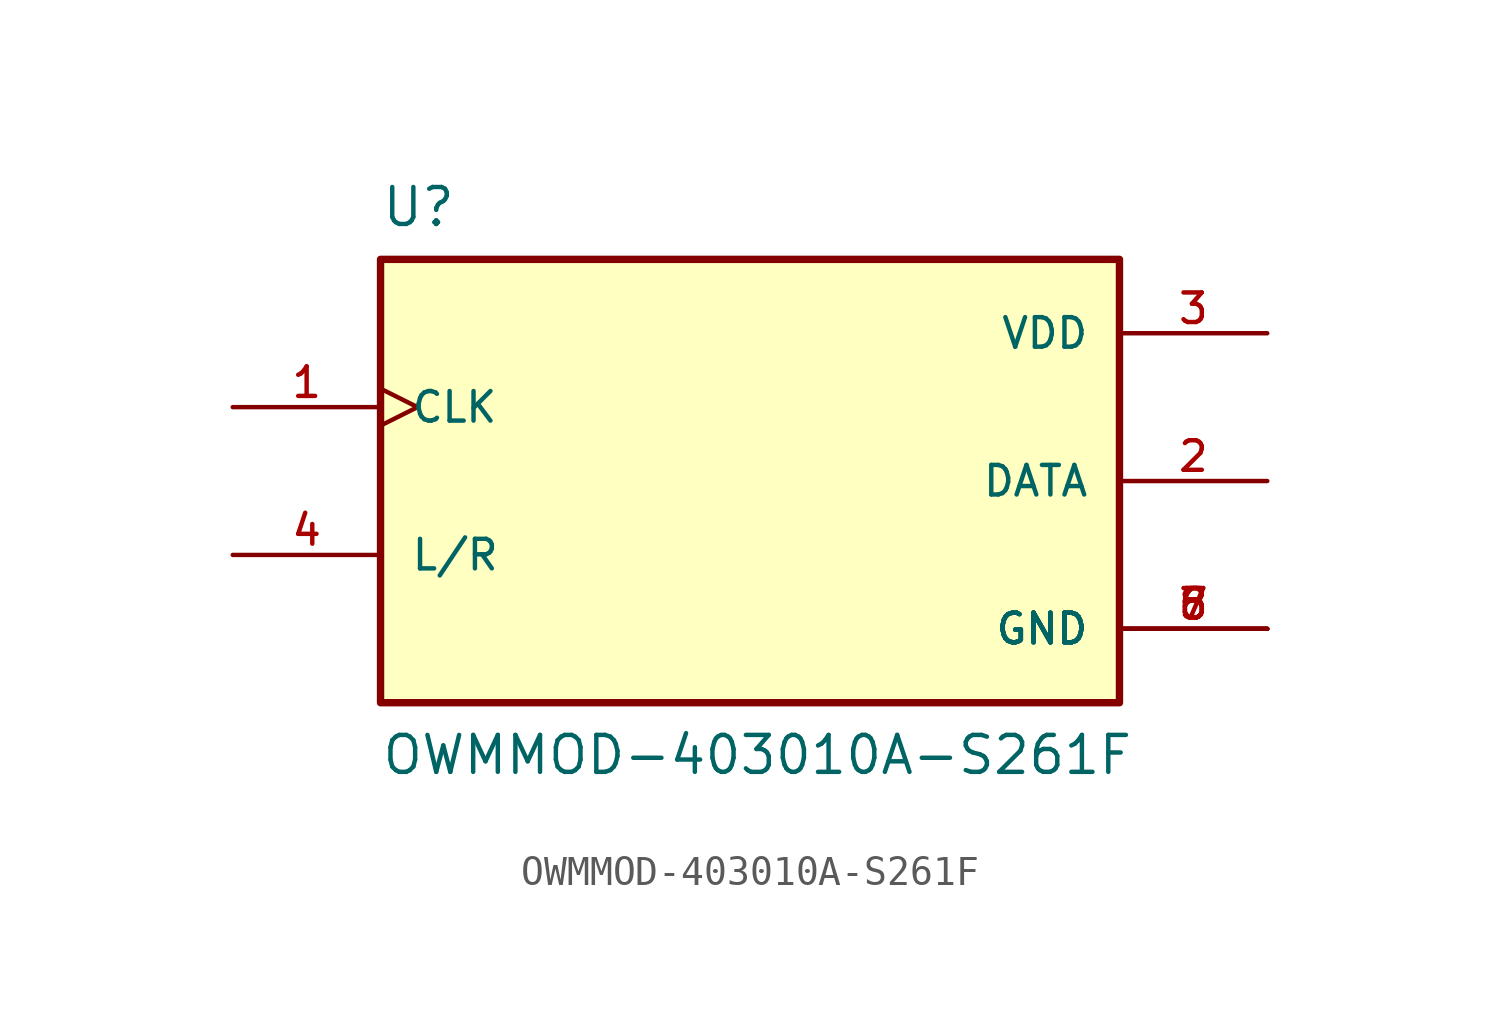
<source format=kicad_sym>
(kicad_symbol_lib
  (version 20211014)
  (generator kicad_symbol_editor)
  (symbol "OWMMOD-403010A-S261F"
    (pin_names
      (offset 1.016))
    (property "Reference" "U"
      (at -12.7 10.16 0)
      (effects (font (size 1.27 1.27)) (justify top left)))
    (property "Value" "OWMMOD-403010A-S261F"
      (at -12.7 -10.16 0)
      (effects (font (size 1.27 1.27)) (justify bottom left)))
    (symbol "OWMMOD-403010A-S261F_0_0"
      (rectangle (start -12.7 -7.62) (end 12.7 7.62) (stroke (width 0.254)) (fill (type background)))
      (pin input clock (at -17.78 2.54 0) (length 5.08) (name "CLK" (effects (font (size 1.016 1.016)))) (number "1" (effects (font (size 1.016 1.016)))))
      (pin input line (at -17.78 -2.54 0) (length 5.08) (name "L/R" (effects (font (size 1.016 1.016)))) (number "4" (effects (font (size 1.016 1.016)))))
      (pin power_in line (at 17.78 5.08 180.0) (length 5.08) (name "VDD" (effects (font (size 1.016 1.016)))) (number "3" (effects (font (size 1.016 1.016)))))
      (pin output line (at 17.78 0.0 180.0) (length 5.08) (name "DATA" (effects (font (size 1.016 1.016)))) (number "2" (effects (font (size 1.016 1.016)))))
      (pin power_in line (at 17.78 -5.08 180.0) (length 5.08) (name "GND" (effects (font (size 1.016 1.016)))) (number "5" (effects (font (size 1.016 1.016)))))
      (pin power_in line (at 17.78 -5.08 180.0) (length 5.08) (name "GND" (effects (font (size 1.016 1.016)))) (number "6" (effects (font (size 1.016 1.016)))))
      (pin power_in line (at 17.78 -5.08 180.0) (length 5.08) (name "GND" (effects (font (size 1.016 1.016)))) (number "7" (effects (font (size 1.016 1.016)))))
      (pin power_in line (at 17.78 -5.08 180.0) (length 5.08) (name "GND" (effects (font (size 1.016 1.016)))) (number "8" (effects (font (size 1.016 1.016))))))))
</source>
